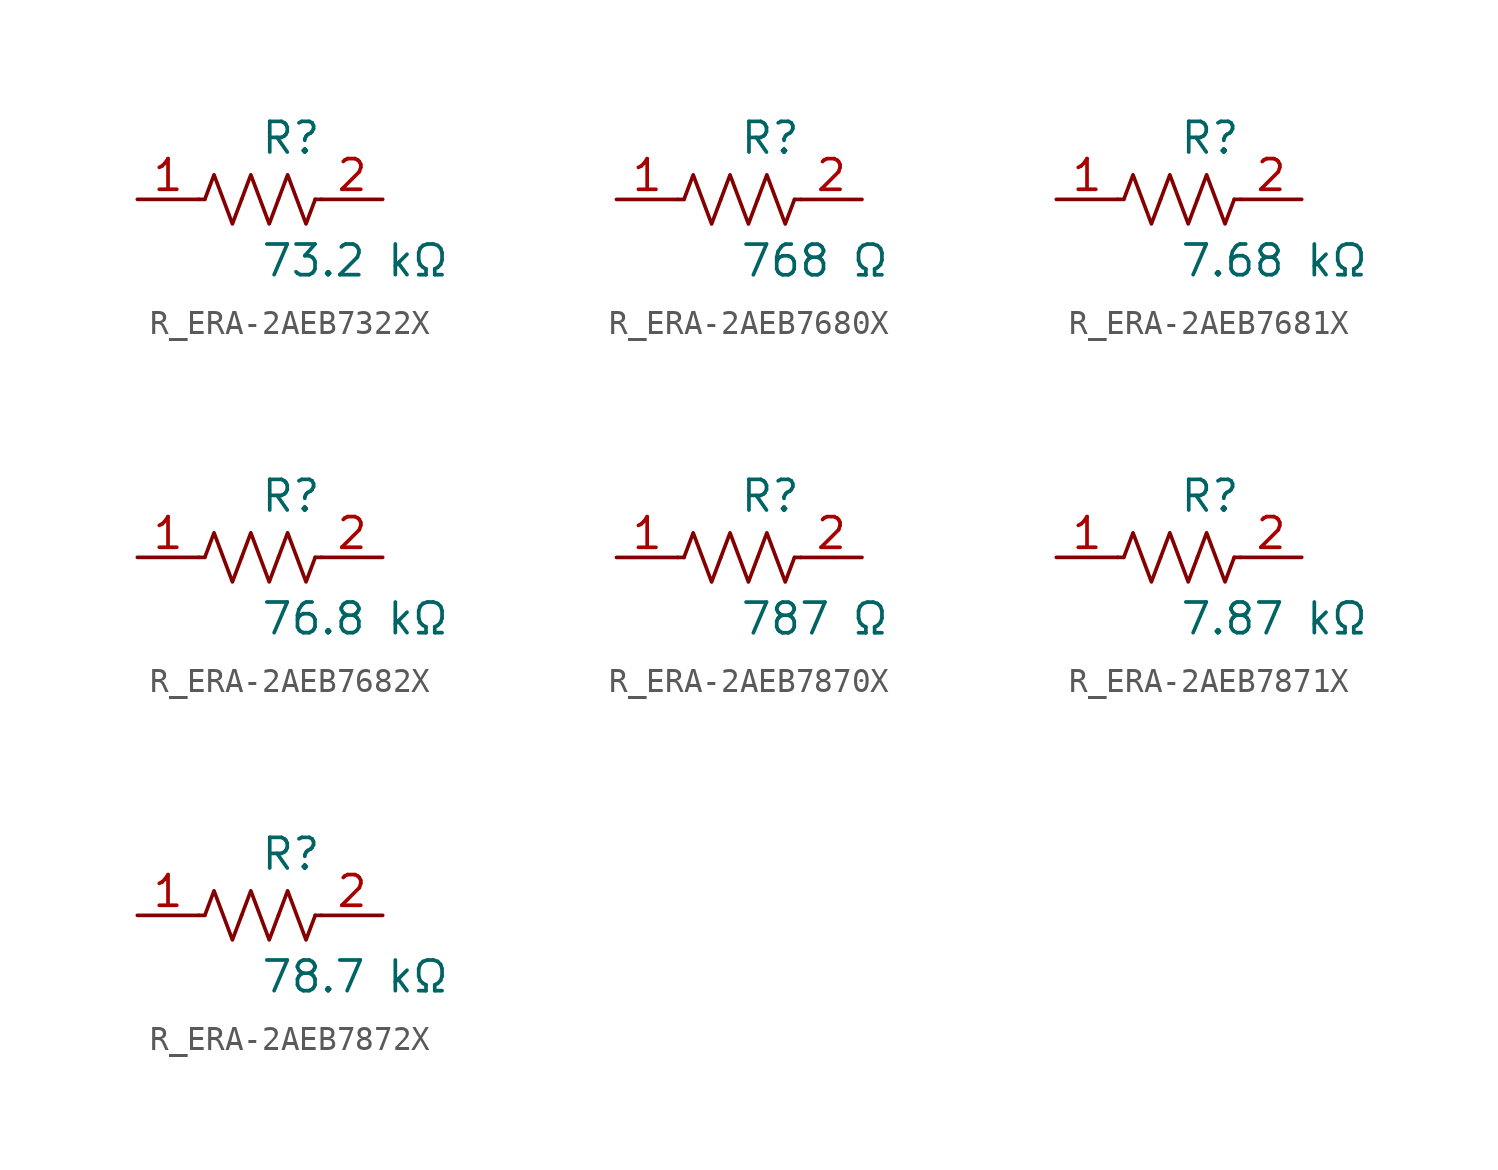
<source format=kicad_sym>
(kicad_symbol_lib
  (version 20231120)
  (generator kicad_symbol_editor)
  (generator_version 8.0)
  (symbol "R_ERA-2AEB7322X"
    (pin_names
      (offset 0.254))
    (property "Reference" "R"
      (at 0.0 2.54 0)
      (effects (font (size 1.27 1.27)) (justify left)))
    (property "Value" "73.2 kΩ"
      (at 0.0 -2.54 0)
      (effects (font (size 1.27 1.27)) (justify left)))
    (symbol "R_ERA-2AEB7322X_0_1"
      (polyline (pts (xy 2.286 0) (xy 2.54 0)) (stroke (width 0) (type default)) (fill (type none)))
      (polyline (pts (xy -2.286 0) (xy -2.54 0)) (stroke (width 0) (type default)) (fill (type none)))
      (polyline (pts (xy 0.762 0) (xy 1.143 1.016) (xy 1.524 0) (xy 1.905 -1.016) (xy 2.286 0)) (stroke (width 0) (type default)) (fill (type none)))
      (polyline (pts (xy -0.762 0) (xy -0.381 1.016) (xy 0 0) (xy 0.381 -1.016) (xy 0.762 0)) (stroke (width 0) (type default)) (fill (type none)))
      (polyline (pts (xy -2.286 0) (xy -1.905 1.016) (xy -1.524 0) (xy -1.143 -1.016) (xy -0.762 0)) (stroke (width 0) (type default)) (fill (type none))))
    (pin unspecified line
      (at -5.08 0 0)
      (length 2.54)
      (name "" (effects (font (size 1.27 1.27))))
      (number "1" (effects (font (size 1.27 1.27)))))
    (pin unspecified line
      (at 5.08 0 180)
      (length 2.54)
      (name "" (effects (font (size 1.27 1.27))))
      (number "2" (effects (font (size 1.27 1.27))))))
  (symbol "R_ERA-2AEB7680X"
    (pin_names
      (offset 0.254))
    (property "Reference" "R"
      (at 0.0 2.54 0)
      (effects (font (size 1.27 1.27)) (justify left)))
    (property "Value" "768 Ω"
      (at 0.0 -2.54 0)
      (effects (font (size 1.27 1.27)) (justify left)))
    (symbol "R_ERA-2AEB7680X_0_1"
      (polyline (pts (xy 2.286 0) (xy 2.54 0)) (stroke (width 0) (type default)) (fill (type none)))
      (polyline (pts (xy -2.286 0) (xy -2.54 0)) (stroke (width 0) (type default)) (fill (type none)))
      (polyline (pts (xy 0.762 0) (xy 1.143 1.016) (xy 1.524 0) (xy 1.905 -1.016) (xy 2.286 0)) (stroke (width 0) (type default)) (fill (type none)))
      (polyline (pts (xy -0.762 0) (xy -0.381 1.016) (xy 0 0) (xy 0.381 -1.016) (xy 0.762 0)) (stroke (width 0) (type default)) (fill (type none)))
      (polyline (pts (xy -2.286 0) (xy -1.905 1.016) (xy -1.524 0) (xy -1.143 -1.016) (xy -0.762 0)) (stroke (width 0) (type default)) (fill (type none))))
    (pin unspecified line
      (at -5.08 0 0)
      (length 2.54)
      (name "" (effects (font (size 1.27 1.27))))
      (number "1" (effects (font (size 1.27 1.27)))))
    (pin unspecified line
      (at 5.08 0 180)
      (length 2.54)
      (name "" (effects (font (size 1.27 1.27))))
      (number "2" (effects (font (size 1.27 1.27))))))
  (symbol "R_ERA-2AEB7681X"
    (pin_names
      (offset 0.254))
    (property "Reference" "R"
      (at 0.0 2.54 0)
      (effects (font (size 1.27 1.27)) (justify left)))
    (property "Value" "7.68 kΩ"
      (at 0.0 -2.54 0)
      (effects (font (size 1.27 1.27)) (justify left)))
    (symbol "R_ERA-2AEB7681X_0_1"
      (polyline (pts (xy 2.286 0) (xy 2.54 0)) (stroke (width 0) (type default)) (fill (type none)))
      (polyline (pts (xy -2.286 0) (xy -2.54 0)) (stroke (width 0) (type default)) (fill (type none)))
      (polyline (pts (xy 0.762 0) (xy 1.143 1.016) (xy 1.524 0) (xy 1.905 -1.016) (xy 2.286 0)) (stroke (width 0) (type default)) (fill (type none)))
      (polyline (pts (xy -0.762 0) (xy -0.381 1.016) (xy 0 0) (xy 0.381 -1.016) (xy 0.762 0)) (stroke (width 0) (type default)) (fill (type none)))
      (polyline (pts (xy -2.286 0) (xy -1.905 1.016) (xy -1.524 0) (xy -1.143 -1.016) (xy -0.762 0)) (stroke (width 0) (type default)) (fill (type none))))
    (pin unspecified line
      (at -5.08 0 0)
      (length 2.54)
      (name "" (effects (font (size 1.27 1.27))))
      (number "1" (effects (font (size 1.27 1.27)))))
    (pin unspecified line
      (at 5.08 0 180)
      (length 2.54)
      (name "" (effects (font (size 1.27 1.27))))
      (number "2" (effects (font (size 1.27 1.27))))))
  (symbol "R_ERA-2AEB7682X"
    (pin_names
      (offset 0.254))
    (property "Reference" "R"
      (at 0.0 2.54 0)
      (effects (font (size 1.27 1.27)) (justify left)))
    (property "Value" "76.8 kΩ"
      (at 0.0 -2.54 0)
      (effects (font (size 1.27 1.27)) (justify left)))
    (symbol "R_ERA-2AEB7682X_0_1"
      (polyline (pts (xy 2.286 0) (xy 2.54 0)) (stroke (width 0) (type default)) (fill (type none)))
      (polyline (pts (xy -2.286 0) (xy -2.54 0)) (stroke (width 0) (type default)) (fill (type none)))
      (polyline (pts (xy 0.762 0) (xy 1.143 1.016) (xy 1.524 0) (xy 1.905 -1.016) (xy 2.286 0)) (stroke (width 0) (type default)) (fill (type none)))
      (polyline (pts (xy -0.762 0) (xy -0.381 1.016) (xy 0 0) (xy 0.381 -1.016) (xy 0.762 0)) (stroke (width 0) (type default)) (fill (type none)))
      (polyline (pts (xy -2.286 0) (xy -1.905 1.016) (xy -1.524 0) (xy -1.143 -1.016) (xy -0.762 0)) (stroke (width 0) (type default)) (fill (type none))))
    (pin unspecified line
      (at -5.08 0 0)
      (length 2.54)
      (name "" (effects (font (size 1.27 1.27))))
      (number "1" (effects (font (size 1.27 1.27)))))
    (pin unspecified line
      (at 5.08 0 180)
      (length 2.54)
      (name "" (effects (font (size 1.27 1.27))))
      (number "2" (effects (font (size 1.27 1.27))))))
  (symbol "R_ERA-2AEB7870X"
    (pin_names
      (offset 0.254))
    (property "Reference" "R"
      (at 0.0 2.54 0)
      (effects (font (size 1.27 1.27)) (justify left)))
    (property "Value" "787 Ω"
      (at 0.0 -2.54 0)
      (effects (font (size 1.27 1.27)) (justify left)))
    (symbol "R_ERA-2AEB7870X_0_1"
      (polyline (pts (xy 2.286 0) (xy 2.54 0)) (stroke (width 0) (type default)) (fill (type none)))
      (polyline (pts (xy -2.286 0) (xy -2.54 0)) (stroke (width 0) (type default)) (fill (type none)))
      (polyline (pts (xy 0.762 0) (xy 1.143 1.016) (xy 1.524 0) (xy 1.905 -1.016) (xy 2.286 0)) (stroke (width 0) (type default)) (fill (type none)))
      (polyline (pts (xy -0.762 0) (xy -0.381 1.016) (xy 0 0) (xy 0.381 -1.016) (xy 0.762 0)) (stroke (width 0) (type default)) (fill (type none)))
      (polyline (pts (xy -2.286 0) (xy -1.905 1.016) (xy -1.524 0) (xy -1.143 -1.016) (xy -0.762 0)) (stroke (width 0) (type default)) (fill (type none))))
    (pin unspecified line
      (at -5.08 0 0)
      (length 2.54)
      (name "" (effects (font (size 1.27 1.27))))
      (number "1" (effects (font (size 1.27 1.27)))))
    (pin unspecified line
      (at 5.08 0 180)
      (length 2.54)
      (name "" (effects (font (size 1.27 1.27))))
      (number "2" (effects (font (size 1.27 1.27))))))
  (symbol "R_ERA-2AEB7871X"
    (pin_names
      (offset 0.254))
    (property "Reference" "R"
      (at 0.0 2.54 0)
      (effects (font (size 1.27 1.27)) (justify left)))
    (property "Value" "7.87 kΩ"
      (at 0.0 -2.54 0)
      (effects (font (size 1.27 1.27)) (justify left)))
    (symbol "R_ERA-2AEB7871X_0_1"
      (polyline (pts (xy 2.286 0) (xy 2.54 0)) (stroke (width 0) (type default)) (fill (type none)))
      (polyline (pts (xy -2.286 0) (xy -2.54 0)) (stroke (width 0) (type default)) (fill (type none)))
      (polyline (pts (xy 0.762 0) (xy 1.143 1.016) (xy 1.524 0) (xy 1.905 -1.016) (xy 2.286 0)) (stroke (width 0) (type default)) (fill (type none)))
      (polyline (pts (xy -0.762 0) (xy -0.381 1.016) (xy 0 0) (xy 0.381 -1.016) (xy 0.762 0)) (stroke (width 0) (type default)) (fill (type none)))
      (polyline (pts (xy -2.286 0) (xy -1.905 1.016) (xy -1.524 0) (xy -1.143 -1.016) (xy -0.762 0)) (stroke (width 0) (type default)) (fill (type none))))
    (pin unspecified line
      (at -5.08 0 0)
      (length 2.54)
      (name "" (effects (font (size 1.27 1.27))))
      (number "1" (effects (font (size 1.27 1.27)))))
    (pin unspecified line
      (at 5.08 0 180)
      (length 2.54)
      (name "" (effects (font (size 1.27 1.27))))
      (number "2" (effects (font (size 1.27 1.27))))))
  (symbol "R_ERA-2AEB7872X"
    (pin_names
      (offset 0.254))
    (property "Reference" "R"
      (at 0.0 2.54 0)
      (effects (font (size 1.27 1.27)) (justify left)))
    (property "Value" "78.7 kΩ"
      (at 0.0 -2.54 0)
      (effects (font (size 1.27 1.27)) (justify left)))
    (symbol "R_ERA-2AEB7872X_0_1"
      (polyline (pts (xy 2.286 0) (xy 2.54 0)) (stroke (width 0) (type default)) (fill (type none)))
      (polyline (pts (xy -2.286 0) (xy -2.54 0)) (stroke (width 0) (type default)) (fill (type none)))
      (polyline (pts (xy 0.762 0) (xy 1.143 1.016) (xy 1.524 0) (xy 1.905 -1.016) (xy 2.286 0)) (stroke (width 0) (type default)) (fill (type none)))
      (polyline (pts (xy -0.762 0) (xy -0.381 1.016) (xy 0 0) (xy 0.381 -1.016) (xy 0.762 0)) (stroke (width 0) (type default)) (fill (type none)))
      (polyline (pts (xy -2.286 0) (xy -1.905 1.016) (xy -1.524 0) (xy -1.143 -1.016) (xy -0.762 0)) (stroke (width 0) (type default)) (fill (type none))))
    (pin unspecified line
      (at -5.08 0 0)
      (length 2.54)
      (name "" (effects (font (size 1.27 1.27))))
      (number "1" (effects (font (size 1.27 1.27)))))
    (pin unspecified line
      (at 5.08 0 180)
      (length 2.54)
      (name "" (effects (font (size 1.27 1.27))))
      (number "2" (effects (font (size 1.27 1.27)))))))
</source>
